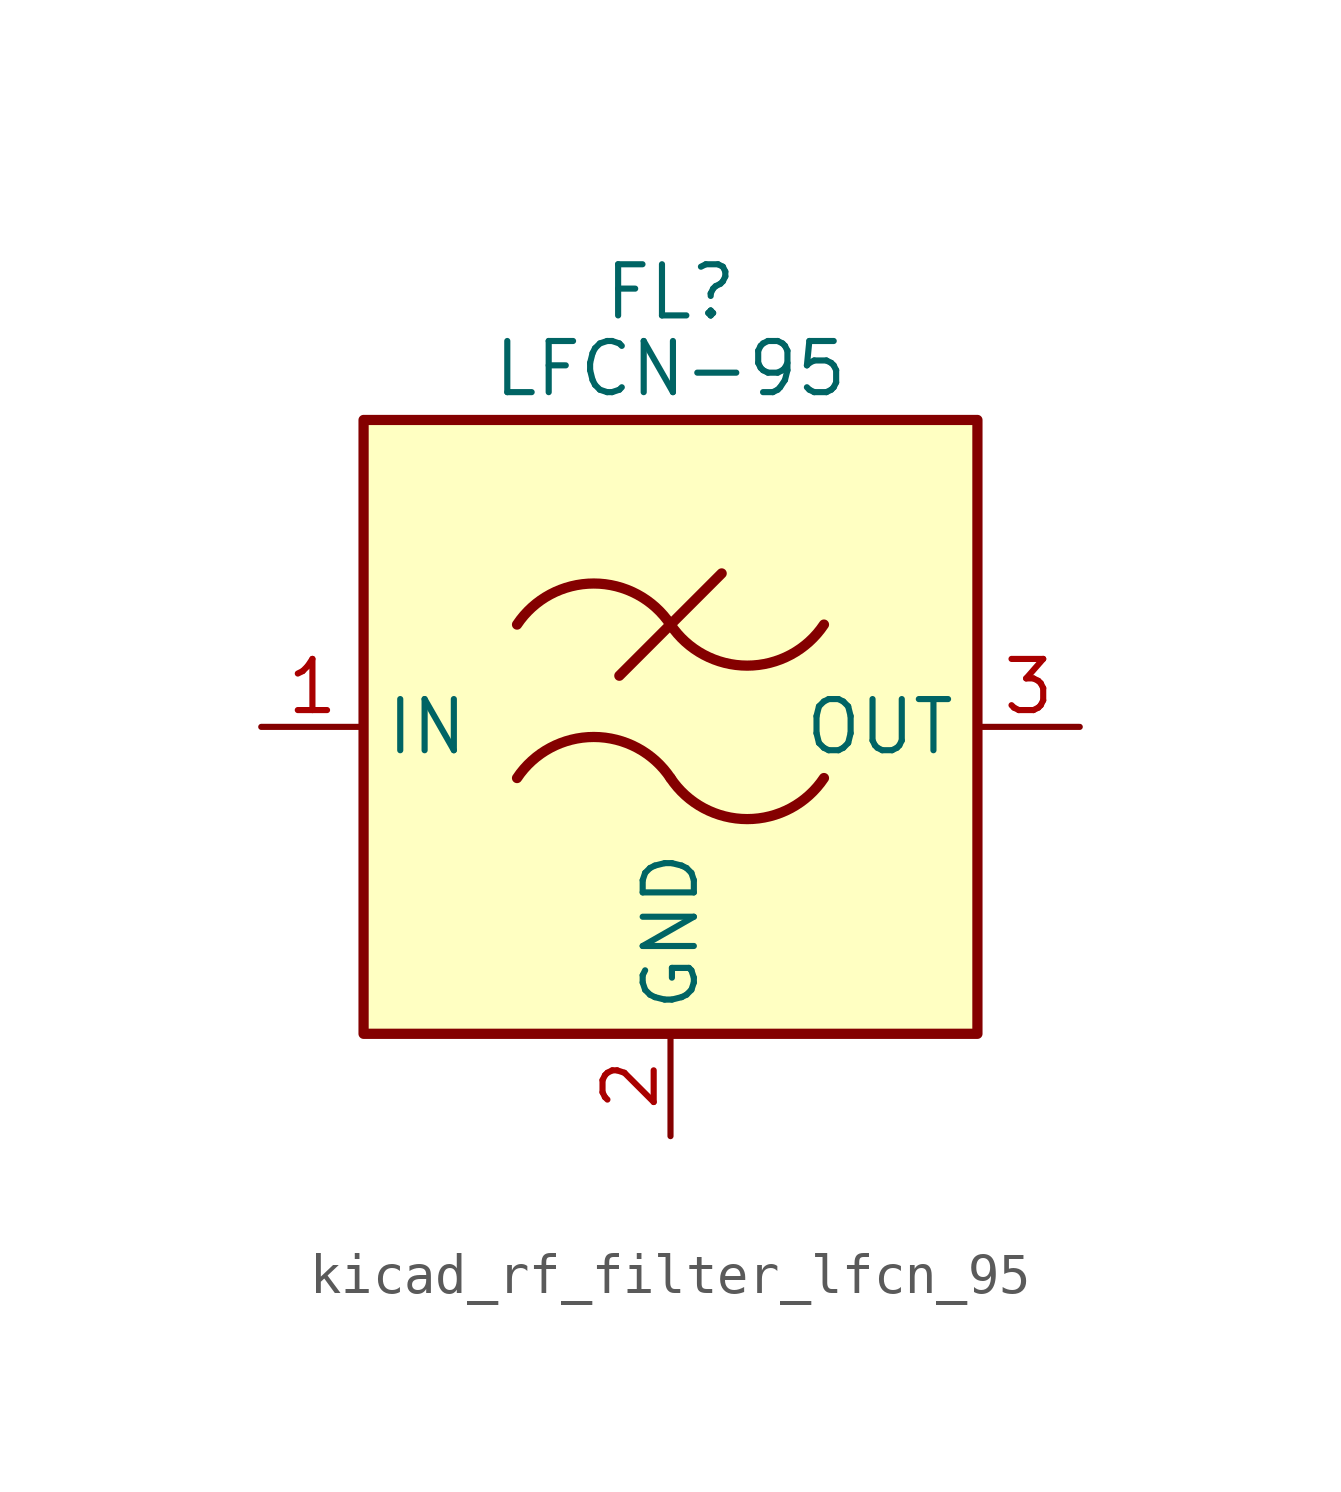
<source format=kicad_sym>
(kicad_symbol_lib
  (version 20220914)
  (generator kicad_symbol_editor)
  (symbol "kicad_rf_filter_lfcn_95"
    (property "Reference" "FL"
      (at 0 10.795 0)
      (effects (font (size 1.27 1.27))))
    (property "Value" "LFCN-95"
      (at 0 8.89 0)
      (effects (font (size 1.27 1.27))))
    (symbol "kicad_rf_filter_lfcn_95_0_1"
      (rectangle (start -7.62 7.62) (end 7.62 -7.62) (stroke (width 0.254) (type default)) (fill (type background)))
      (arc (start 0 -1.27) (mid -1.905 -0.2505) (end -3.81 -1.27) (stroke (width 0.254) (type default)) (fill (type none)))
      (arc (start 0 -1.27) (mid 1.905 -2.2895) (end 3.81 -1.27) (stroke (width 0.254) (type default)) (fill (type none)))
      (polyline (pts (xy -1.27 1.27) (xy 1.27 3.81)) (stroke (width 0.254) (type default)) (fill (type none)))
      (arc (start 0 2.54) (mid -1.905 3.5595) (end -3.81 2.54) (stroke (width 0.254) (type default)) (fill (type none)))
      (arc (start 0 2.54) (mid 1.905 1.5205) (end 3.81 2.54) (stroke (width 0.254) (type default)) (fill (type none))))
    (symbol "kicad_rf_filter_lfcn_95_1_1"
      (pin passive line (at -10.16 0 0) (length 2.54) (name "IN" (effects (font (size 1.27 1.27)))) (number "1" (effects (font (size 1.27 1.27)))))
      (pin passive line (at 0 -10.16 90) (length 2.54) (name "GND" (effects (font (size 1.27 1.27)))) (number "2" (effects (font (size 1.27 1.27)))))
      (pin passive line (at 10.16 0 180) (length 2.54) (name "OUT" (effects (font (size 1.27 1.27)))) (number "3" (effects (font (size 1.27 1.27)))))
      (pin passive line (at 0 -10.16 90) (length 2.54) hide (name "GND" (effects (font (size 1.27 1.27)))) (number "4" (effects (font (size 1.27 1.27))))))))
</source>
